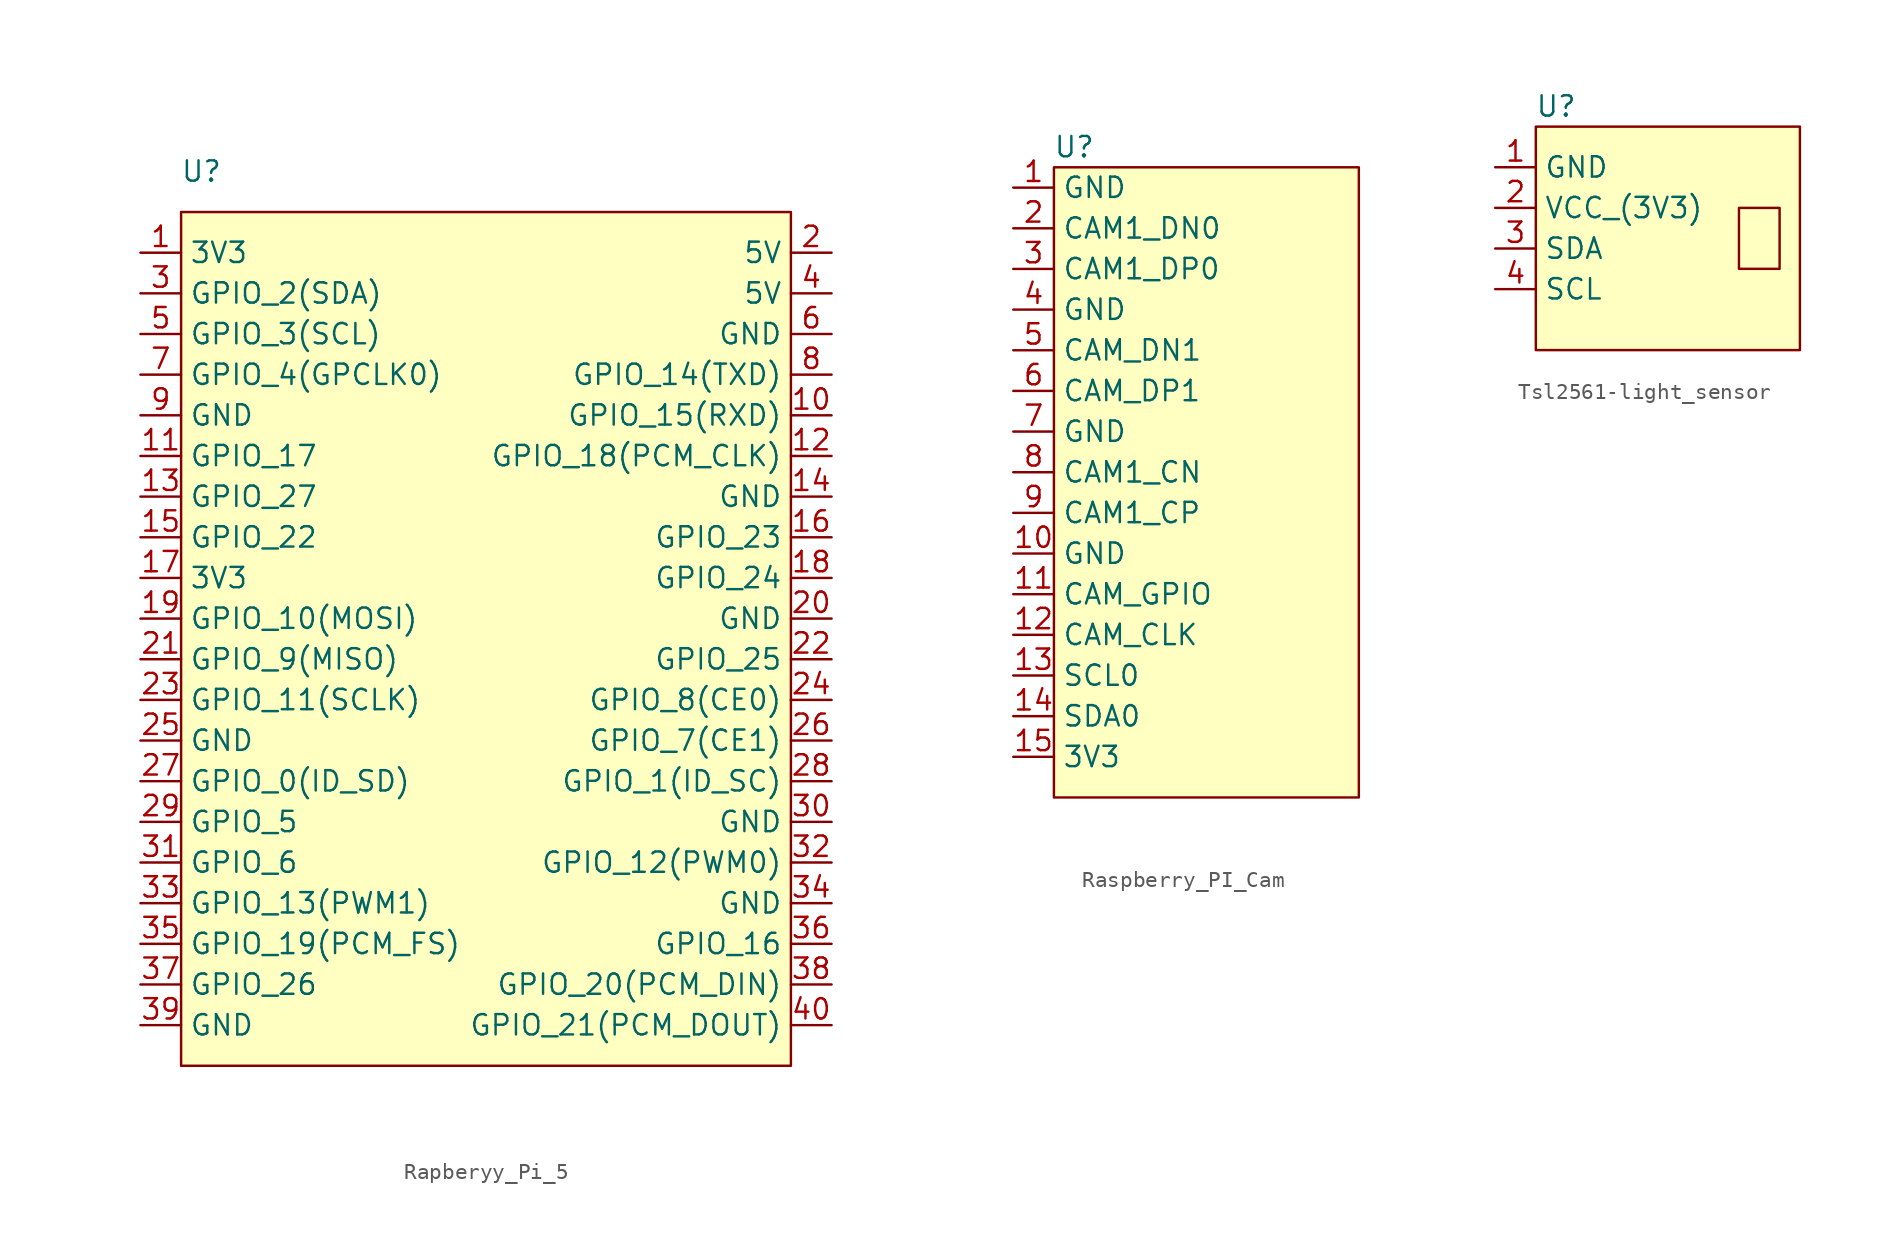
<source format=kicad_sym>
(kicad_symbol_lib
  (version 20241209)
  (generator "kicad_symbol_editor")
  (generator_version "9.0")
  (symbol "Rapberyy_Pi_5"
    (property "Reference" "U"
      (at 0 0 0)
      (effects (font (size 1.27 1.27))))
    (property "Value" ""
      (at 0 0 0)
      (effects (font (size 1.27 1.27))))
    (symbol "Rapberyy_Pi_5_0_1"
      (rectangle (start 36.83 -33.02) (end 36.83 -33.02) (stroke (width 0) (type default)) (fill (type none))))
    (symbol "Rapberyy_Pi_5_1_1"
      (rectangle (start -1.27 -2.54) (end 36.83 -55.88) (stroke (width 0) (type default)) (fill (type background)))
      (pin power_in line (at -3.81 -5.08 0) (length 2.54) (name "3V3" (effects (font (size 1.27 1.27)))) (number "1" (effects (font (size 1.27 1.27)))))
      (pin bidirectional line (at -3.81 -7.62 0) (length 2.54) (name "GPIO_2(SDA)" (effects (font (size 1.27 1.27)))) (number "3" (effects (font (size 1.27 1.27)))))
      (pin bidirectional line (at -3.81 -10.16 0) (length 2.54) (name "GPIO_3(SCL)" (effects (font (size 1.27 1.27)))) (number "5" (effects (font (size 1.27 1.27)))))
      (pin bidirectional line (at -3.81 -12.7 0) (length 2.54) (name "GPIO_4(GPCLK0)" (effects (font (size 1.27 1.27)))) (number "7" (effects (font (size 1.27 1.27)))))
      (pin power_out line (at -3.81 -15.24 0) (length 2.54) (name "GND" (effects (font (size 1.27 1.27)))) (number "9" (effects (font (size 1.27 1.27)))))
      (pin bidirectional line (at -3.81 -17.78 0) (length 2.54) (name "GPIO_17" (effects (font (size 1.27 1.27)))) (number "11" (effects (font (size 1.27 1.27)))))
      (pin bidirectional line (at -3.81 -20.32 0) (length 2.54) (name "GPIO_27" (effects (font (size 1.27 1.27)))) (number "13" (effects (font (size 1.27 1.27)))))
      (pin bidirectional line (at -3.81 -22.86 0) (length 2.54) (name "GPIO_22" (effects (font (size 1.27 1.27)))) (number "15" (effects (font (size 1.27 1.27)))))
      (pin power_in line (at -3.81 -25.4 0) (length 2.54) (name "3V3" (effects (font (size 1.27 1.27)))) (number "17" (effects (font (size 1.27 1.27)))))
      (pin output line (at -3.81 -27.94 0) (length 2.54) (name "GPIO_10(MOSI)" (effects (font (size 1.27 1.27)))) (number "19" (effects (font (size 1.27 1.27)))))
      (pin input line (at -3.81 -30.48 0) (length 2.54) (name "GPIO_9(MISO)" (effects (font (size 1.27 1.27)))) (number "21" (effects (font (size 1.27 1.27)))))
      (pin output line (at -3.81 -33.02 0) (length 2.54) (name "GPIO_11(SCLK)" (effects (font (size 1.27 1.27)))) (number "23" (effects (font (size 1.27 1.27)))))
      (pin power_out line (at -3.81 -35.56 0) (length 2.54) (name "GND" (effects (font (size 1.27 1.27)))) (number "25" (effects (font (size 1.27 1.27)))))
      (pin input line (at -3.81 -38.1 0) (length 2.54) (name "GPIO_0(ID_SD)" (effects (font (size 1.27 1.27)))) (number "27" (effects (font (size 1.27 1.27)))))
      (pin bidirectional line (at -3.81 -40.64 0) (length 2.54) (name "GPIO_5" (effects (font (size 1.27 1.27)))) (number "29" (effects (font (size 1.27 1.27)))))
      (pin bidirectional line (at -3.81 -43.18 0) (length 2.54) (name "GPIO_6" (effects (font (size 1.27 1.27)))) (number "31" (effects (font (size 1.27 1.27)))))
      (pin output line (at -3.81 -45.72 0) (length 2.54) (name "GPIO_13(PWM1)" (effects (font (size 1.27 1.27)))) (number "33" (effects (font (size 1.27 1.27)))))
      (pin bidirectional line (at -3.81 -48.26 0) (length 2.54) (name "GPIO_19(PCM_FS)" (effects (font (size 1.27 1.27)))) (number "35" (effects (font (size 1.27 1.27)))))
      (pin bidirectional line (at -3.81 -50.8 0) (length 2.54) (name "GPIO_26" (effects (font (size 1.27 1.27)))) (number "37" (effects (font (size 1.27 1.27)))))
      (pin power_out line (at -3.81 -53.34 0) (length 2.54) (name "GND" (effects (font (size 1.27 1.27)))) (number "39" (effects (font (size 1.27 1.27)))))
      (pin power_in line (at 39.37 -5.08 180) (length 2.54) (name "5V" (effects (font (size 1.27 1.27)))) (number "2" (effects (font (size 1.27 1.27)))))
      (pin power_in line (at 39.37 -7.62 180) (length 2.54) (name "5V" (effects (font (size 1.27 1.27)))) (number "4" (effects (font (size 1.27 1.27)))))
      (pin power_out line (at 39.37 -10.16 180) (length 2.54) (name "GND" (effects (font (size 1.27 1.27)))) (number "6" (effects (font (size 1.27 1.27)))))
      (pin output line (at 39.37 -12.7 180) (length 2.54) (name "GPIO_14(TXD)" (effects (font (size 1.27 1.27)))) (number "8" (effects (font (size 1.27 1.27)))))
      (pin input line (at 39.37 -15.24 180) (length 2.54) (name "GPIO_15(RXD)" (effects (font (size 1.27 1.27)))) (number "10" (effects (font (size 1.27 1.27)))))
      (pin output line (at 39.37 -17.78 180) (length 2.54) (name "GPIO_18(PCM_CLK)" (effects (font (size 1.27 1.27)))) (number "12" (effects (font (size 1.27 1.27)))))
      (pin power_out line (at 39.37 -20.32 180) (length 2.54) (name "GND" (effects (font (size 1.27 1.27)))) (number "14" (effects (font (size 1.27 1.27)))))
      (pin bidirectional line (at 39.37 -22.86 180) (length 2.54) (name "GPIO_23" (effects (font (size 1.27 1.27)))) (number "16" (effects (font (size 1.27 1.27)))))
      (pin bidirectional line (at 39.37 -25.4 180) (length 2.54) (name "GPIO_24" (effects (font (size 1.27 1.27)))) (number "18" (effects (font (size 1.27 1.27)))))
      (pin power_out line (at 39.37 -27.94 180) (length 2.54) (name "GND" (effects (font (size 1.27 1.27)))) (number "20" (effects (font (size 1.27 1.27)))))
      (pin bidirectional line (at 39.37 -30.48 180) (length 2.54) (name "GPIO_25" (effects (font (size 1.27 1.27)))) (number "22" (effects (font (size 1.27 1.27)))))
      (pin output line (at 39.37 -33.02 180) (length 2.54) (name "GPIO_8(CE0)" (effects (font (size 1.27 1.27)))) (number "24" (effects (font (size 1.27 1.27)))))
      (pin output line (at 39.37 -35.56 180) (length 2.54) (name "GPIO_7(CE1)" (effects (font (size 1.27 1.27)))) (number "26" (effects (font (size 1.27 1.27)))))
      (pin bidirectional line (at 39.37 -38.1 180) (length 2.54) (name "GPIO_1(ID_SC)" (effects (font (size 1.27 1.27)))) (number "28" (effects (font (size 1.27 1.27)))))
      (pin power_out line (at 39.37 -40.64 180) (length 2.54) (name "GND" (effects (font (size 1.27 1.27)))) (number "30" (effects (font (size 1.27 1.27)))))
      (pin output line (at 39.37 -43.18 180) (length 2.54) (name "GPIO_12(PWM0)" (effects (font (size 1.27 1.27)))) (number "32" (effects (font (size 1.27 1.27)))))
      (pin power_out line (at 39.37 -45.72 180) (length 2.54) (name "GND" (effects (font (size 1.27 1.27)))) (number "34" (effects (font (size 1.27 1.27)))))
      (pin bidirectional line (at 39.37 -48.26 180) (length 2.54) (name "GPIO_16" (effects (font (size 1.27 1.27)))) (number "36" (effects (font (size 1.27 1.27)))))
      (pin input line (at 39.37 -50.8 180) (length 2.54) (name "GPIO_20(PCM_DIN)" (effects (font (size 1.27 1.27)))) (number "38" (effects (font (size 1.27 1.27)))))
      (pin output line (at 39.37 -53.34 180) (length 2.54) (name "GPIO_21(PCM_DOUT)" (effects (font (size 1.27 1.27)))) (number "40" (effects (font (size 1.27 1.27)))))))
  (symbol "Raspberry_PI_Cam"
    (property "Reference" "U"
      (at 0 0 0)
      (effects (font (size 1.27 1.27))))
    (property "Value" ""
      (at 0 0 0)
      (effects (font (size 1.27 1.27))))
    (symbol "Raspberry_PI_Cam_1_1"
      (rectangle (start -1.27 -1.27) (end 17.78 -40.64) (stroke (width 0) (type solid)) (fill (type background)))
      (pin power_out line (at -3.81 -2.54 0) (length 2.54) (name "GND" (effects (font (size 1.27 1.27)))) (number "1" (effects (font (size 1.27 1.27)))))
      (pin output line (at -3.81 -5.08 0) (length 2.54) (name "CAM1_DN0" (effects (font (size 1.27 1.27)))) (number "2" (effects (font (size 1.27 1.27)))))
      (pin output line (at -3.81 -7.62 0) (length 2.54) (name "CAM1_DP0" (effects (font (size 1.27 1.27)))) (number "3" (effects (font (size 1.27 1.27)))))
      (pin power_out line (at -3.81 -10.16 0) (length 2.54) (name "GND" (effects (font (size 1.27 1.27)))) (number "4" (effects (font (size 1.27 1.27)))))
      (pin output line (at -3.81 -12.7 0) (length 2.54) (name "CAM_DN1" (effects (font (size 1.27 1.27)))) (number "5" (effects (font (size 1.27 1.27)))))
      (pin output line (at -3.81 -15.24 0) (length 2.54) (name "CAM_DP1" (effects (font (size 1.27 1.27)))) (number "6" (effects (font (size 1.27 1.27)))))
      (pin power_out line (at -3.81 -17.78 0) (length 2.54) (name "GND" (effects (font (size 1.27 1.27)))) (number "7" (effects (font (size 1.27 1.27)))))
      (pin input line (at -3.81 -20.32 0) (length 2.54) (name "CAM1_CN" (effects (font (size 1.27 1.27)))) (number "8" (effects (font (size 1.27 1.27)))))
      (pin input line (at -3.81 -22.86 0) (length 2.54) (name "CAM1_CP" (effects (font (size 1.27 1.27)))) (number "9" (effects (font (size 1.27 1.27)))))
      (pin power_out line (at -3.81 -25.4 0) (length 2.54) (name "GND" (effects (font (size 1.27 1.27)))) (number "10" (effects (font (size 1.27 1.27)))))
      (pin bidirectional line (at -3.81 -27.94 0) (length 2.54) (name "CAM_GPIO" (effects (font (size 1.27 1.27)))) (number "11" (effects (font (size 1.27 1.27)))))
      (pin output line (at -3.81 -30.48 0) (length 2.54) (name "CAM_CLK" (effects (font (size 1.27 1.27)))) (number "12" (effects (font (size 1.27 1.27)))))
      (pin input line (at -3.81 -33.02 0) (length 2.54) (name "SCL0" (effects (font (size 1.27 1.27)))) (number "13" (effects (font (size 1.27 1.27)))))
      (pin bidirectional line (at -3.81 -35.56 0) (length 2.54) (name "SDA0" (effects (font (size 1.27 1.27)))) (number "14" (effects (font (size 1.27 1.27)))))
      (pin input line (at -3.81 -38.1 0) (length 2.54) (name "3V3" (effects (font (size 1.27 1.27)))) (number "15" (effects (font (size 1.27 1.27)))))))
  (symbol "Tsl2561-light_sensor"
    (property "Reference" "U"
      (at 0 0 0)
      (effects (font (size 1.27 1.27))))
    (property "Value" ""
      (at 0 0 0)
      (effects (font (size 1.27 1.27))))
    (symbol "Tsl2561-light_sensor_0_1"
      (rectangle (start 11.43 -6.35) (end 13.97 -10.16) (stroke (width 0) (type default)) (fill (type none))))
    (symbol "Tsl2561-light_sensor_1_1"
      (rectangle (start -1.27 -1.27) (end 15.24 -15.24) (stroke (width 0) (type solid)) (fill (type background)))
      (pin power_out line (at -3.81 -3.81 0) (length 2.54) (name "GND" (effects (font (size 1.27 1.27)))) (number "1" (effects (font (size 1.27 1.27)))))
      (pin power_in line (at -3.81 -6.35 0) (length 2.54) (name "VCC_(3V3)" (effects (font (size 1.27 1.27)))) (number "2" (effects (font (size 1.27 1.27)))))
      (pin bidirectional line (at -3.81 -8.89 0) (length 2.54) (name "SDA" (effects (font (size 1.27 1.27)))) (number "3" (effects (font (size 1.27 1.27)))))
      (pin bidirectional line (at -3.81 -11.43 0) (length 2.54) (name "SCL" (effects (font (size 1.27 1.27)))) (number "4" (effects (font (size 1.27 1.27))))))))
</source>
